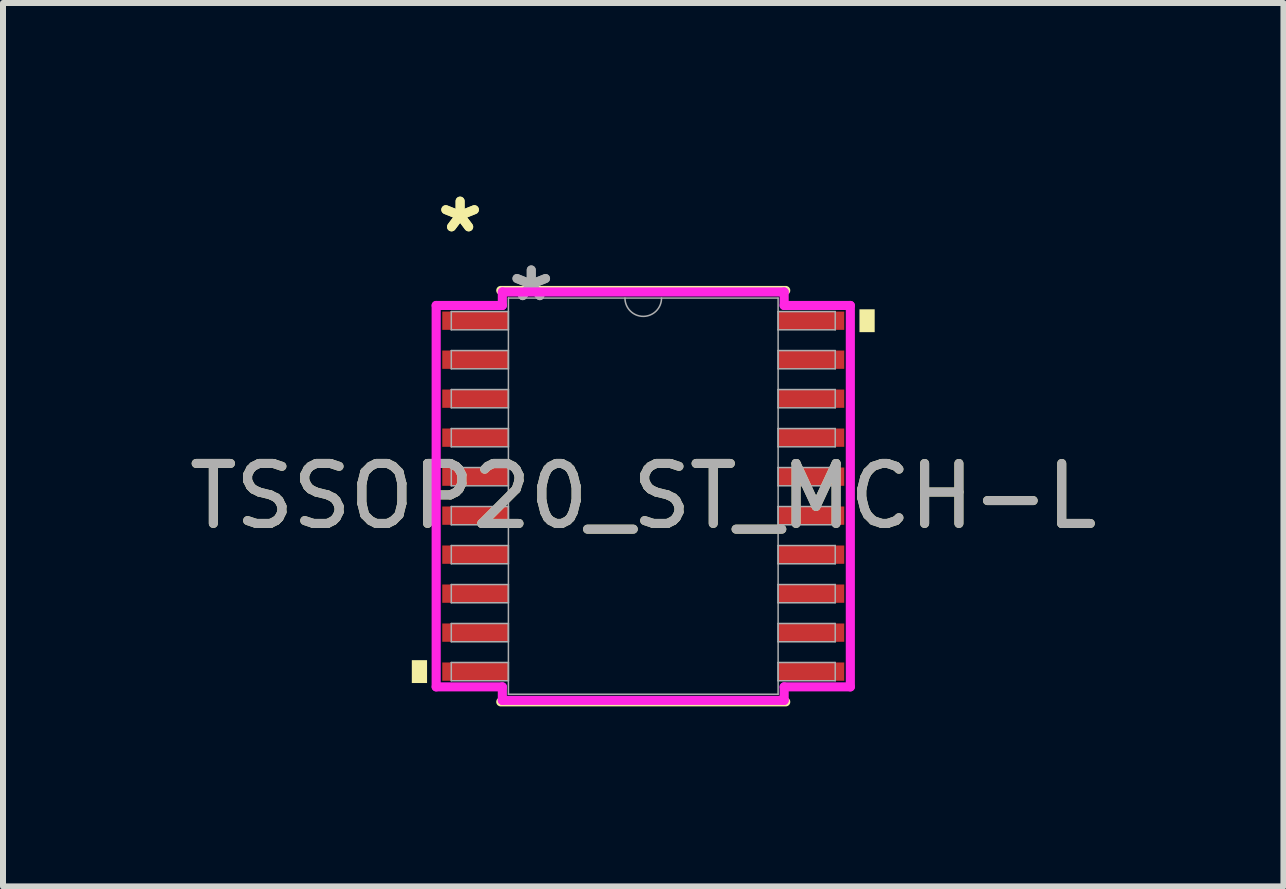
<source format=kicad_pcb>
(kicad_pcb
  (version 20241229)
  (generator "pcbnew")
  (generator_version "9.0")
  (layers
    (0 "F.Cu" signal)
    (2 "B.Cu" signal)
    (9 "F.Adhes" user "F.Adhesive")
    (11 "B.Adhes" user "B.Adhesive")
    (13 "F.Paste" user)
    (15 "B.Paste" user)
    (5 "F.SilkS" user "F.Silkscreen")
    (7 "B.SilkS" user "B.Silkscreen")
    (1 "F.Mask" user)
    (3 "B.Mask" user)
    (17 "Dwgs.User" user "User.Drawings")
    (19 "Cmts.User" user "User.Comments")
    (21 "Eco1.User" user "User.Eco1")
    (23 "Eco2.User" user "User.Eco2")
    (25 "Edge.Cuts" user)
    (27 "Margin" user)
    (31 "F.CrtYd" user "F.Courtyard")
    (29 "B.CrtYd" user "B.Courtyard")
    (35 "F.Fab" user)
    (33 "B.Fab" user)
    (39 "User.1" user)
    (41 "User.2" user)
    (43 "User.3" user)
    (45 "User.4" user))
  (footprint "TSSOP20_ST_MCH-L"
    (layer "F.Cu")
    (at 7.673 5.221)
    (property "Reference" "TSSOP20_ST_MCH-L" (at 0 0 0) (unlocked yes) (layer "F.SilkS") (effects (font (size 1 1) (thickness 0.15))))
    (attr smd)
    (fp_line (start -2.375 3.429) (end 2.375 3.429) (stroke (width 0.152) (type solid)) (layer "F.SilkS"))
    (fp_line (start 2.375 -3.429) (end -2.375 -3.429) (stroke (width 0.152) (type solid)) (layer "F.SilkS"))
    (fp_poly (pts (xy -3.858 2.734) (xy -3.858 3.115) (xy -3.604 3.115) (xy -3.604 2.734)) (stroke (width 0) (type solid)) (fill yes) (layer "F.SilkS"))
    (fp_poly (pts (xy 3.858 -3.115) (xy 3.858 -2.734) (xy 3.604 -2.734) (xy 3.604 -3.115)) (stroke (width 0) (type solid)) (fill yes) (layer "F.SilkS"))
    (fp_line (start -3.452 -3.179) (end -2.349 -3.179) (stroke (width 0.152) (type solid)) (layer "F.CrtYd"))
    (fp_line (start -3.452 3.179) (end -3.452 -3.179) (stroke (width 0.152) (type solid)) (layer "F.CrtYd"))
    (fp_line (start -3.452 3.179) (end -2.349 3.179) (stroke (width 0.152) (type solid)) (layer "F.CrtYd"))
    (fp_line (start -2.349 -3.404) (end 2.349 -3.404) (stroke (width 0.152) (type solid)) (layer "F.CrtYd"))
    (fp_line (start -2.349 -3.179) (end -2.349 -3.404) (stroke (width 0.152) (type solid)) (layer "F.CrtYd"))
    (fp_line (start -2.349 3.404) (end -2.349 3.179) (stroke (width 0.152) (type solid)) (layer "F.CrtYd"))
    (fp_line (start 2.349 -3.404) (end 2.349 -3.179) (stroke (width 0.152) (type solid)) (layer "F.CrtYd"))
    (fp_line (start 2.349 3.179) (end 2.349 3.404) (stroke (width 0.152) (type solid)) (layer "F.CrtYd"))
    (fp_line (start 2.349 3.404) (end -2.349 3.404) (stroke (width 0.152) (type solid)) (layer "F.CrtYd"))
    (fp_line (start 3.452 -3.179) (end 2.349 -3.179) (stroke (width 0.152) (type solid)) (layer "F.CrtYd"))
    (fp_line (start 3.452 -3.179) (end 3.452 3.179) (stroke (width 0.152) (type solid)) (layer "F.CrtYd"))
    (fp_line (start 3.452 3.179) (end 2.349 3.179) (stroke (width 0.152) (type solid)) (layer "F.CrtYd"))
    (fp_line (start -3.2 -3.077) (end -3.2 -2.773) (stroke (width 0.025) (type solid)) (layer "F.Fab"))
    (fp_line (start -3.2 -2.773) (end -2.248 -2.773) (stroke (width 0.025) (type solid)) (layer "F.Fab"))
    (fp_line (start -3.2 -2.427) (end -3.2 -2.123) (stroke (width 0.025) (type solid)) (layer "F.Fab"))
    (fp_line (start -3.2 -2.123) (end -2.248 -2.123) (stroke (width 0.025) (type solid)) (layer "F.Fab"))
    (fp_line (start -3.2 -1.777) (end -3.2 -1.473) (stroke (width 0.025) (type solid)) (layer "F.Fab"))
    (fp_line (start -3.2 -1.473) (end -2.248 -1.473) (stroke (width 0.025) (type solid)) (layer "F.Fab"))
    (fp_line (start -3.2 -1.127) (end -3.2 -0.823) (stroke (width 0.025) (type solid)) (layer "F.Fab"))
    (fp_line (start -3.2 -0.823) (end -2.248 -0.823) (stroke (width 0.025) (type solid)) (layer "F.Fab"))
    (fp_line (start -3.2 -0.477) (end -3.2 -0.173) (stroke (width 0.025) (type solid)) (layer "F.Fab"))
    (fp_line (start -3.2 -0.173) (end -2.248 -0.173) (stroke (width 0.025) (type solid)) (layer "F.Fab"))
    (fp_line (start -3.2 0.173) (end -3.2 0.477) (stroke (width 0.025) (type solid)) (layer "F.Fab"))
    (fp_line (start -3.2 0.477) (end -2.248 0.477) (stroke (width 0.025) (type solid)) (layer "F.Fab"))
    (fp_line (start -3.2 0.823) (end -3.2 1.127) (stroke (width 0.025) (type solid)) (layer "F.Fab"))
    (fp_line (start -3.2 1.127) (end -2.248 1.127) (stroke (width 0.025) (type solid)) (layer "F.Fab"))
    (fp_line (start -3.2 1.473) (end -3.2 1.777) (stroke (width 0.025) (type solid)) (layer "F.Fab"))
    (fp_line (start -3.2 1.777) (end -2.248 1.777) (stroke (width 0.025) (type solid)) (layer "F.Fab"))
    (fp_line (start -3.2 2.123) (end -3.2 2.427) (stroke (width 0.025) (type solid)) (layer "F.Fab"))
    (fp_line (start -3.2 2.427) (end -2.248 2.427) (stroke (width 0.025) (type solid)) (layer "F.Fab"))
    (fp_line (start -3.2 2.773) (end -3.2 3.077) (stroke (width 0.025) (type solid)) (layer "F.Fab"))
    (fp_line (start -3.2 3.077) (end -2.248 3.077) (stroke (width 0.025) (type solid)) (layer "F.Fab"))
    (fp_line (start -2.248 -3.302) (end -2.248 3.302) (stroke (width 0.025) (type solid)) (layer "F.Fab"))
    (fp_line (start -2.248 -3.077) (end -3.2 -3.077) (stroke (width 0.025) (type solid)) (layer "F.Fab"))
    (fp_line (start -2.248 -2.773) (end -2.248 -3.077) (stroke (width 0.025) (type solid)) (layer "F.Fab"))
    (fp_line (start -2.248 -2.427) (end -3.2 -2.427) (stroke (width 0.025) (type solid)) (layer "F.Fab"))
    (fp_line (start -2.248 -2.123) (end -2.248 -2.427) (stroke (width 0.025) (type solid)) (layer "F.Fab"))
    (fp_line (start -2.248 -1.777) (end -3.2 -1.777) (stroke (width 0.025) (type solid)) (layer "F.Fab"))
    (fp_line (start -2.248 -1.473) (end -2.248 -1.777) (stroke (width 0.025) (type solid)) (layer "F.Fab"))
    (fp_line (start -2.248 -1.127) (end -3.2 -1.127) (stroke (width 0.025) (type solid)) (layer "F.Fab"))
    (fp_line (start -2.248 -0.823) (end -2.248 -1.127) (stroke (width 0.025) (type solid)) (layer "F.Fab"))
    (fp_line (start -2.248 -0.477) (end -3.2 -0.477) (stroke (width 0.025) (type solid)) (layer "F.Fab"))
    (fp_line (start -2.248 -0.173) (end -2.248 -0.477) (stroke (width 0.025) (type solid)) (layer "F.Fab"))
    (fp_line (start -2.248 0.173) (end -3.2 0.173) (stroke (width 0.025) (type solid)) (layer "F.Fab"))
    (fp_line (start -2.248 0.477) (end -2.248 0.173) (stroke (width 0.025) (type solid)) (layer "F.Fab"))
    (fp_line (start -2.248 0.823) (end -3.2 0.823) (stroke (width 0.025) (type solid)) (layer "F.Fab"))
    (fp_line (start -2.248 1.127) (end -2.248 0.823) (stroke (width 0.025) (type solid)) (layer "F.Fab"))
    (fp_line (start -2.248 1.473) (end -3.2 1.473) (stroke (width 0.025) (type solid)) (layer "F.Fab"))
    (fp_line (start -2.248 1.777) (end -2.248 1.473) (stroke (width 0.025) (type solid)) (layer "F.Fab"))
    (fp_line (start -2.248 2.123) (end -3.2 2.123) (stroke (width 0.025) (type solid)) (layer "F.Fab"))
    (fp_line (start -2.248 2.427) (end -2.248 2.123) (stroke (width 0.025) (type solid)) (layer "F.Fab"))
    (fp_line (start -2.248 2.773) (end -3.2 2.773) (stroke (width 0.025) (type solid)) (layer "F.Fab"))
    (fp_line (start -2.248 3.077) (end -2.248 2.773) (stroke (width 0.025) (type solid)) (layer "F.Fab"))
    (fp_line (start -2.248 3.302) (end 2.248 3.302) (stroke (width 0.025) (type solid)) (layer "F.Fab"))
    (fp_line (start 2.248 -3.302) (end -2.248 -3.302) (stroke (width 0.025) (type solid)) (layer "F.Fab"))
    (fp_line (start 2.248 -3.077) (end 2.248 -2.773) (stroke (width 0.025) (type solid)) (layer "F.Fab"))
    (fp_line (start 2.248 -2.773) (end 3.2 -2.773) (stroke (width 0.025) (type solid)) (layer "F.Fab"))
    (fp_line (start 2.248 -2.427) (end 2.248 -2.123) (stroke (width 0.025) (type solid)) (layer "F.Fab"))
    (fp_line (start 2.248 -2.123) (end 3.2 -2.123) (stroke (width 0.025) (type solid)) (layer "F.Fab"))
    (fp_line (start 2.248 -1.777) (end 2.248 -1.473) (stroke (width 0.025) (type solid)) (layer "F.Fab"))
    (fp_line (start 2.248 -1.473) (end 3.2 -1.473) (stroke (width 0.025) (type solid)) (layer "F.Fab"))
    (fp_line (start 2.248 -1.127) (end 2.248 -0.823) (stroke (width 0.025) (type solid)) (layer "F.Fab"))
    (fp_line (start 2.248 -0.823) (end 3.2 -0.823) (stroke (width 0.025) (type solid)) (layer "F.Fab"))
    (fp_line (start 2.248 -0.477) (end 2.248 -0.173) (stroke (width 0.025) (type solid)) (layer "F.Fab"))
    (fp_line (start 2.248 -0.173) (end 3.2 -0.173) (stroke (width 0.025) (type solid)) (layer "F.Fab"))
    (fp_line (start 2.248 0.173) (end 2.248 0.477) (stroke (width 0.025) (type solid)) (layer "F.Fab"))
    (fp_line (start 2.248 0.477) (end 3.2 0.477) (stroke (width 0.025) (type solid)) (layer "F.Fab"))
    (fp_line (start 2.248 0.823) (end 2.248 1.127) (stroke (width 0.025) (type solid)) (layer "F.Fab"))
    (fp_line (start 2.248 1.127) (end 3.2 1.127) (stroke (width 0.025) (type solid)) (layer "F.Fab"))
    (fp_line (start 2.248 1.473) (end 2.248 1.777) (stroke (width 0.025) (type solid)) (layer "F.Fab"))
    (fp_line (start 2.248 1.777) (end 3.2 1.777) (stroke (width 0.025) (type solid)) (layer "F.Fab"))
    (fp_line (start 2.248 2.123) (end 2.248 2.427) (stroke (width 0.025) (type solid)) (layer "F.Fab"))
    (fp_line (start 2.248 2.427) (end 3.2 2.427) (stroke (width 0.025) (type solid)) (layer "F.Fab"))
    (fp_line (start 2.248 2.773) (end 2.248 3.077) (stroke (width 0.025) (type solid)) (layer "F.Fab"))
    (fp_line (start 2.248 3.077) (end 3.2 3.077) (stroke (width 0.025) (type solid)) (layer "F.Fab"))
    (fp_line (start 2.248 3.302) (end 2.248 -3.302) (stroke (width 0.025) (type solid)) (layer "F.Fab"))
    (fp_line (start 3.2 -3.077) (end 2.248 -3.077) (stroke (width 0.025) (type solid)) (layer "F.Fab"))
    (fp_line (start 3.2 -2.773) (end 3.2 -3.077) (stroke (width 0.025) (type solid)) (layer "F.Fab"))
    (fp_line (start 3.2 -2.427) (end 2.248 -2.427) (stroke (width 0.025) (type solid)) (layer "F.Fab"))
    (fp_line (start 3.2 -2.123) (end 3.2 -2.427) (stroke (width 0.025) (type solid)) (layer "F.Fab"))
    (fp_line (start 3.2 -1.777) (end 2.248 -1.777) (stroke (width 0.025) (type solid)) (layer "F.Fab"))
    (fp_line (start 3.2 -1.473) (end 3.2 -1.777) (stroke (width 0.025) (type solid)) (layer "F.Fab"))
    (fp_line (start 3.2 -1.127) (end 2.248 -1.127) (stroke (width 0.025) (type solid)) (layer "F.Fab"))
    (fp_line (start 3.2 -0.823) (end 3.2 -1.127) (stroke (width 0.025) (type solid)) (layer "F.Fab"))
    (fp_line (start 3.2 -0.477) (end 2.248 -0.477) (stroke (width 0.025) (type solid)) (layer "F.Fab"))
    (fp_line (start 3.2 -0.173) (end 3.2 -0.477) (stroke (width 0.025) (type solid)) (layer "F.Fab"))
    (fp_line (start 3.2 0.173) (end 2.248 0.173) (stroke (width 0.025) (type solid)) (layer "F.Fab"))
    (fp_line (start 3.2 0.477) (end 3.2 0.173) (stroke (width 0.025) (type solid)) (layer "F.Fab"))
    (fp_line (start 3.2 0.823) (end 2.248 0.823) (stroke (width 0.025) (type solid)) (layer "F.Fab"))
    (fp_line (start 3.2 1.127) (end 3.2 0.823) (stroke (width 0.025) (type solid)) (layer "F.Fab"))
    (fp_line (start 3.2 1.473) (end 2.248 1.473) (stroke (width 0.025) (type solid)) (layer "F.Fab"))
    (fp_line (start 3.2 1.777) (end 3.2 1.473) (stroke (width 0.025) (type solid)) (layer "F.Fab"))
    (fp_line (start 3.2 2.123) (end 2.248 2.123) (stroke (width 0.025) (type solid)) (layer "F.Fab"))
    (fp_line (start 3.2 2.427) (end 3.2 2.123) (stroke (width 0.025) (type solid)) (layer "F.Fab"))
    (fp_line (start 3.2 2.773) (end 2.248 2.773) (stroke (width 0.025) (type solid)) (layer "F.Fab"))
    (fp_line (start 3.2 3.077) (end 3.2 2.773) (stroke (width 0.025) (type solid)) (layer "F.Fab"))
    (fp_arc (start 0.3048 -3.302) (mid 0 -2.9972) (end -0.3048 -3.302) (stroke (width 0.0254) (type solid)) (layer "F.Fab"))
    (fp_text user "*" (at -3.053 -4.373 0) (layer "F.SilkS") (effects (font (size 1 1) (thickness 0.15))))
    (fp_text user "*" (at -3.053 -4.373 0) (unlocked yes) (layer "F.SilkS") (effects (font (size 1 1) (thickness 0.15))))
    (fp_text user "${REFERENCE}" (at 0 0 0) (unlocked yes) (layer "F.Fab") (effects (font (size 1 1) (thickness 0.15))))
    (fp_text user "*" (at -1.867 -3.226 0) (unlocked yes) (layer "F.Fab") (effects (font (size 1 1) (thickness 0.15))))
    (fp_text user "*" (at -1.867 -3.226 0) (layer "F.Fab") (effects (font (size 1 1) (thickness 0.15))))
    (pad "1" smd rect (at -2.799 -2.925) (size 1.103 0.305) (layers "F.Cu" "F.Mask" "F.Paste"))
    (pad "2" smd rect (at -2.799 -2.275) (size 1.103 0.305) (layers "F.Cu" "F.Mask" "F.Paste"))
    (pad "3" smd rect (at -2.799 -1.625) (size 1.103 0.305) (layers "F.Cu" "F.Mask" "F.Paste"))
    (pad "4" smd rect (at -2.799 -0.975) (size 1.103 0.305) (layers "F.Cu" "F.Mask" "F.Paste"))
    (pad "5" smd rect (at -2.799 -0.325) (size 1.103 0.305) (layers "F.Cu" "F.Mask" "F.Paste"))
    (pad "6" smd rect (at -2.799 0.325) (size 1.103 0.305) (layers "F.Cu" "F.Mask" "F.Paste"))
    (pad "7" smd rect (at -2.799 0.975) (size 1.103 0.305) (layers "F.Cu" "F.Mask" "F.Paste"))
    (pad "8" smd rect (at -2.799 1.625) (size 1.103 0.305) (layers "F.Cu" "F.Mask" "F.Paste"))
    (pad "9" smd rect (at -2.799 2.275) (size 1.103 0.305) (layers "F.Cu" "F.Mask" "F.Paste"))
    (pad "10" smd rect (at -2.799 2.925) (size 1.103 0.305) (layers "F.Cu" "F.Mask" "F.Paste"))
    (pad "11" smd rect (at 2.799 2.925) (size 1.103 0.305) (layers "F.Cu" "F.Mask" "F.Paste"))
    (pad "12" smd rect (at 2.799 2.275) (size 1.103 0.305) (layers "F.Cu" "F.Mask" "F.Paste"))
    (pad "13" smd rect (at 2.799 1.625) (size 1.103 0.305) (layers "F.Cu" "F.Mask" "F.Paste"))
    (pad "14" smd rect (at 2.799 0.975) (size 1.103 0.305) (layers "F.Cu" "F.Mask" "F.Paste"))
    (pad "15" smd rect (at 2.799 0.325) (size 1.103 0.305) (layers "F.Cu" "F.Mask" "F.Paste"))
    (pad "16" smd rect (at 2.799 -0.325) (size 1.103 0.305) (layers "F.Cu" "F.Mask" "F.Paste"))
    (pad "17" smd rect (at 2.799 -0.975) (size 1.103 0.305) (layers "F.Cu" "F.Mask" "F.Paste"))
    (pad "18" smd rect (at 2.799 -1.625) (size 1.103 0.305) (layers "F.Cu" "F.Mask" "F.Paste"))
    (pad "19" smd rect (at 2.799 -2.275) (size 1.103 0.305) (layers "F.Cu" "F.Mask" "F.Paste"))
    (pad "20" smd rect (at 2.799 -2.925) (size 1.103 0.305) (layers "F.Cu" "F.Mask" "F.Paste")))
  (gr_rect
    (start -3 -3)
    (end 18.345 11.726)
    (stroke (width 0.1) (type default))
    (fill no)
    (layer "Edge.Cuts")))
</source>
